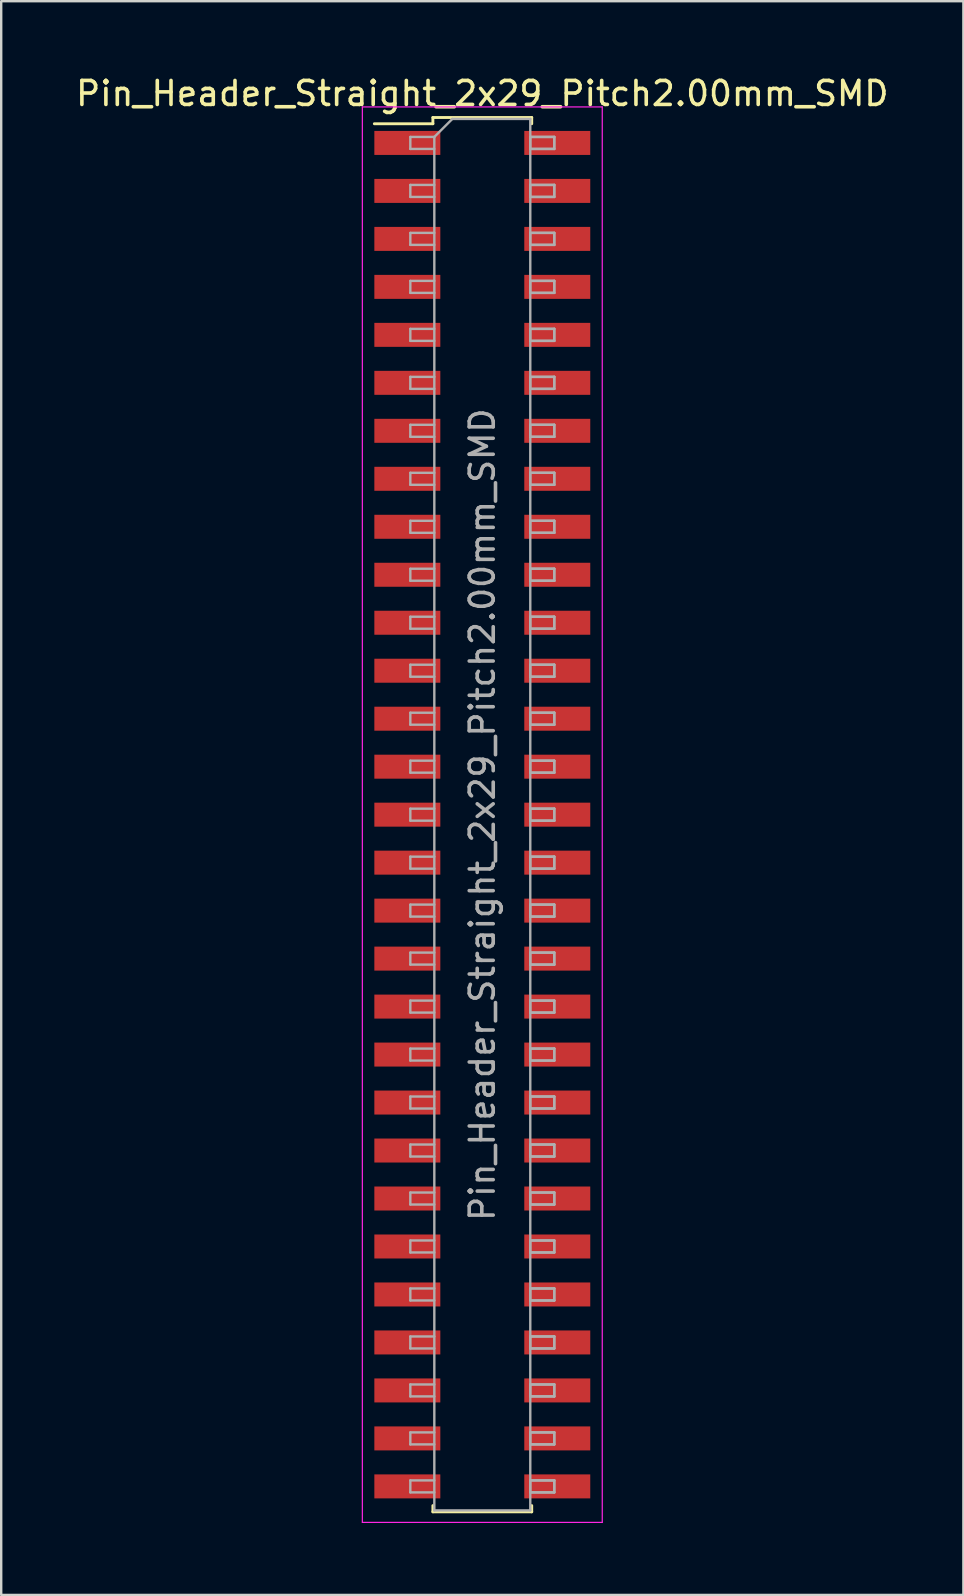
<source format=kicad_pcb>
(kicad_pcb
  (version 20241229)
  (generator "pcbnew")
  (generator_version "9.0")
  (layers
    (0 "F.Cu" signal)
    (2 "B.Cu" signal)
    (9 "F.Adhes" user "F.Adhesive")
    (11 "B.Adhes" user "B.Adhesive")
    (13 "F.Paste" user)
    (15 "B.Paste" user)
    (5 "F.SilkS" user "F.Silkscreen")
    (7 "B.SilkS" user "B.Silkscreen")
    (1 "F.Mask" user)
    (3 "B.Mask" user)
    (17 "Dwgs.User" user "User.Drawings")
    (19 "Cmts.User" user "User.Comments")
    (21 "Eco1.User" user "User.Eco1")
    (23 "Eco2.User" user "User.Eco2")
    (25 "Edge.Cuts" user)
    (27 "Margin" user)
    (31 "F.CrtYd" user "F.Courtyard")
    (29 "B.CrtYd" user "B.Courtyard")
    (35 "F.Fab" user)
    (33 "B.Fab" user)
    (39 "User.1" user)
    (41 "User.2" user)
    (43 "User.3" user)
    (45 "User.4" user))
  (footprint "Pin_Header_Straight_2x29_Pitch2.00mm_SMD"
    (layer "F.Cu")
    (at 17.054 30.908)
    (property "Reference" "Pin_Header_Straight_2x29_Pitch2.00mm_SMD" (at 0 -30.06 0) (layer "F.SilkS") (effects (font (size 1 1) (thickness 0.15))))
    (attr smd)
    (fp_line (start -4.5 -28.8) (end -2.06 -28.8) (stroke (width 0.12) (type solid)) (layer "F.SilkS"))
    (fp_line (start -2.06 -29.06) (end 2.06 -29.06) (stroke (width 0.12) (type solid)) (layer "F.SilkS"))
    (fp_line (start -2.06 -28.8) (end -2.06 -29.06) (stroke (width 0.12) (type solid)) (layer "F.SilkS"))
    (fp_line (start -2.06 28.8) (end -2.06 29.06) (stroke (width 0.12) (type solid)) (layer "F.SilkS"))
    (fp_line (start -2.06 29.06) (end 2.06 29.06) (stroke (width 0.12) (type solid)) (layer "F.SilkS"))
    (fp_line (start 2.06 -29.06) (end 2.06 -28.8) (stroke (width 0.12) (type solid)) (layer "F.SilkS"))
    (fp_line (start 2.06 29.06) (end 2.06 28.8) (stroke (width 0.12) (type solid)) (layer "F.SilkS"))
    (fp_line (start -5 -29.5) (end -5 29.5) (stroke (width 0.05) (type solid)) (layer "F.CrtYd"))
    (fp_line (start -5 29.5) (end 5 29.5) (stroke (width 0.05) (type solid)) (layer "F.CrtYd"))
    (fp_line (start 5 -29.5) (end -5 -29.5) (stroke (width 0.05) (type solid)) (layer "F.CrtYd"))
    (fp_line (start 5 29.5) (end 5 -29.5) (stroke (width 0.05) (type solid)) (layer "F.CrtYd"))
    (fp_line (start -3 -28.25) (end -3 -27.75) (stroke (width 0.1) (type solid)) (layer "F.Fab"))
    (fp_line (start -3 -27.75) (end -2 -27.75) (stroke (width 0.1) (type solid)) (layer "F.Fab"))
    (fp_line (start -3 -26.25) (end -3 -25.75) (stroke (width 0.1) (type solid)) (layer "F.Fab"))
    (fp_line (start -3 -25.75) (end -2 -25.75) (stroke (width 0.1) (type solid)) (layer "F.Fab"))
    (fp_line (start -3 -24.25) (end -3 -23.75) (stroke (width 0.1) (type solid)) (layer "F.Fab"))
    (fp_line (start -3 -23.75) (end -2 -23.75) (stroke (width 0.1) (type solid)) (layer "F.Fab"))
    (fp_line (start -3 -22.25) (end -3 -21.75) (stroke (width 0.1) (type solid)) (layer "F.Fab"))
    (fp_line (start -3 -21.75) (end -2 -21.75) (stroke (width 0.1) (type solid)) (layer "F.Fab"))
    (fp_line (start -3 -20.25) (end -3 -19.75) (stroke (width 0.1) (type solid)) (layer "F.Fab"))
    (fp_line (start -3 -19.75) (end -2 -19.75) (stroke (width 0.1) (type solid)) (layer "F.Fab"))
    (fp_line (start -3 -18.25) (end -3 -17.75) (stroke (width 0.1) (type solid)) (layer "F.Fab"))
    (fp_line (start -3 -17.75) (end -2 -17.75) (stroke (width 0.1) (type solid)) (layer "F.Fab"))
    (fp_line (start -3 -16.25) (end -3 -15.75) (stroke (width 0.1) (type solid)) (layer "F.Fab"))
    (fp_line (start -3 -15.75) (end -2 -15.75) (stroke (width 0.1) (type solid)) (layer "F.Fab"))
    (fp_line (start -3 -14.25) (end -3 -13.75) (stroke (width 0.1) (type solid)) (layer "F.Fab"))
    (fp_line (start -3 -13.75) (end -2 -13.75) (stroke (width 0.1) (type solid)) (layer "F.Fab"))
    (fp_line (start -3 -12.25) (end -3 -11.75) (stroke (width 0.1) (type solid)) (layer "F.Fab"))
    (fp_line (start -3 -11.75) (end -2 -11.75) (stroke (width 0.1) (type solid)) (layer "F.Fab"))
    (fp_line (start -3 -10.25) (end -3 -9.75) (stroke (width 0.1) (type solid)) (layer "F.Fab"))
    (fp_line (start -3 -9.75) (end -2 -9.75) (stroke (width 0.1) (type solid)) (layer "F.Fab"))
    (fp_line (start -3 -8.25) (end -3 -7.75) (stroke (width 0.1) (type solid)) (layer "F.Fab"))
    (fp_line (start -3 -7.75) (end -2 -7.75) (stroke (width 0.1) (type solid)) (layer "F.Fab"))
    (fp_line (start -3 -6.25) (end -3 -5.75) (stroke (width 0.1) (type solid)) (layer "F.Fab"))
    (fp_line (start -3 -5.75) (end -2 -5.75) (stroke (width 0.1) (type solid)) (layer "F.Fab"))
    (fp_line (start -3 -4.25) (end -3 -3.75) (stroke (width 0.1) (type solid)) (layer "F.Fab"))
    (fp_line (start -3 -3.75) (end -2 -3.75) (stroke (width 0.1) (type solid)) (layer "F.Fab"))
    (fp_line (start -3 -2.25) (end -3 -1.75) (stroke (width 0.1) (type solid)) (layer "F.Fab"))
    (fp_line (start -3 -1.75) (end -2 -1.75) (stroke (width 0.1) (type solid)) (layer "F.Fab"))
    (fp_line (start -3 -0.25) (end -3 0.25) (stroke (width 0.1) (type solid)) (layer "F.Fab"))
    (fp_line (start -3 0.25) (end -2 0.25) (stroke (width 0.1) (type solid)) (layer "F.Fab"))
    (fp_line (start -3 1.75) (end -3 2.25) (stroke (width 0.1) (type solid)) (layer "F.Fab"))
    (fp_line (start -3 2.25) (end -2 2.25) (stroke (width 0.1) (type solid)) (layer "F.Fab"))
    (fp_line (start -3 3.75) (end -3 4.25) (stroke (width 0.1) (type solid)) (layer "F.Fab"))
    (fp_line (start -3 4.25) (end -2 4.25) (stroke (width 0.1) (type solid)) (layer "F.Fab"))
    (fp_line (start -3 5.75) (end -3 6.25) (stroke (width 0.1) (type solid)) (layer "F.Fab"))
    (fp_line (start -3 6.25) (end -2 6.25) (stroke (width 0.1) (type solid)) (layer "F.Fab"))
    (fp_line (start -3 7.75) (end -3 8.25) (stroke (width 0.1) (type solid)) (layer "F.Fab"))
    (fp_line (start -3 8.25) (end -2 8.25) (stroke (width 0.1) (type solid)) (layer "F.Fab"))
    (fp_line (start -3 9.75) (end -3 10.25) (stroke (width 0.1) (type solid)) (layer "F.Fab"))
    (fp_line (start -3 10.25) (end -2 10.25) (stroke (width 0.1) (type solid)) (layer "F.Fab"))
    (fp_line (start -3 11.75) (end -3 12.25) (stroke (width 0.1) (type solid)) (layer "F.Fab"))
    (fp_line (start -3 12.25) (end -2 12.25) (stroke (width 0.1) (type solid)) (layer "F.Fab"))
    (fp_line (start -3 13.75) (end -3 14.25) (stroke (width 0.1) (type solid)) (layer "F.Fab"))
    (fp_line (start -3 14.25) (end -2 14.25) (stroke (width 0.1) (type solid)) (layer "F.Fab"))
    (fp_line (start -3 15.75) (end -3 16.25) (stroke (width 0.1) (type solid)) (layer "F.Fab"))
    (fp_line (start -3 16.25) (end -2 16.25) (stroke (width 0.1) (type solid)) (layer "F.Fab"))
    (fp_line (start -3 17.75) (end -3 18.25) (stroke (width 0.1) (type solid)) (layer "F.Fab"))
    (fp_line (start -3 18.25) (end -2 18.25) (stroke (width 0.1) (type solid)) (layer "F.Fab"))
    (fp_line (start -3 19.75) (end -3 20.25) (stroke (width 0.1) (type solid)) (layer "F.Fab"))
    (fp_line (start -3 20.25) (end -2 20.25) (stroke (width 0.1) (type solid)) (layer "F.Fab"))
    (fp_line (start -3 21.75) (end -3 22.25) (stroke (width 0.1) (type solid)) (layer "F.Fab"))
    (fp_line (start -3 22.25) (end -2 22.25) (stroke (width 0.1) (type solid)) (layer "F.Fab"))
    (fp_line (start -3 23.75) (end -3 24.25) (stroke (width 0.1) (type solid)) (layer "F.Fab"))
    (fp_line (start -3 24.25) (end -2 24.25) (stroke (width 0.1) (type solid)) (layer "F.Fab"))
    (fp_line (start -3 25.75) (end -3 26.25) (stroke (width 0.1) (type solid)) (layer "F.Fab"))
    (fp_line (start -3 26.25) (end -2 26.25) (stroke (width 0.1) (type solid)) (layer "F.Fab"))
    (fp_line (start -3 27.75) (end -3 28.25) (stroke (width 0.1) (type solid)) (layer "F.Fab"))
    (fp_line (start -3 28.25) (end -2 28.25) (stroke (width 0.1) (type solid)) (layer "F.Fab"))
    (fp_line (start -2 -28.25) (end -3 -28.25) (stroke (width 0.1) (type solid)) (layer "F.Fab"))
    (fp_line (start -2 -28.25) (end -1.25 -29) (stroke (width 0.1) (type solid)) (layer "F.Fab"))
    (fp_line (start -2 -26.25) (end -3 -26.25) (stroke (width 0.1) (type solid)) (layer "F.Fab"))
    (fp_line (start -2 -24.25) (end -3 -24.25) (stroke (width 0.1) (type solid)) (layer "F.Fab"))
    (fp_line (start -2 -22.25) (end -3 -22.25) (stroke (width 0.1) (type solid)) (layer "F.Fab"))
    (fp_line (start -2 -20.25) (end -3 -20.25) (stroke (width 0.1) (type solid)) (layer "F.Fab"))
    (fp_line (start -2 -18.25) (end -3 -18.25) (stroke (width 0.1) (type solid)) (layer "F.Fab"))
    (fp_line (start -2 -16.25) (end -3 -16.25) (stroke (width 0.1) (type solid)) (layer "F.Fab"))
    (fp_line (start -2 -14.25) (end -3 -14.25) (stroke (width 0.1) (type solid)) (layer "F.Fab"))
    (fp_line (start -2 -12.25) (end -3 -12.25) (stroke (width 0.1) (type solid)) (layer "F.Fab"))
    (fp_line (start -2 -10.25) (end -3 -10.25) (stroke (width 0.1) (type solid)) (layer "F.Fab"))
    (fp_line (start -2 -8.25) (end -3 -8.25) (stroke (width 0.1) (type solid)) (layer "F.Fab"))
    (fp_line (start -2 -6.25) (end -3 -6.25) (stroke (width 0.1) (type solid)) (layer "F.Fab"))
    (fp_line (start -2 -4.25) (end -3 -4.25) (stroke (width 0.1) (type solid)) (layer "F.Fab"))
    (fp_line (start -2 -2.25) (end -3 -2.25) (stroke (width 0.1) (type solid)) (layer "F.Fab"))
    (fp_line (start -2 -0.25) (end -3 -0.25) (stroke (width 0.1) (type solid)) (layer "F.Fab"))
    (fp_line (start -2 1.75) (end -3 1.75) (stroke (width 0.1) (type solid)) (layer "F.Fab"))
    (fp_line (start -2 3.75) (end -3 3.75) (stroke (width 0.1) (type solid)) (layer "F.Fab"))
    (fp_line (start -2 5.75) (end -3 5.75) (stroke (width 0.1) (type solid)) (layer "F.Fab"))
    (fp_line (start -2 7.75) (end -3 7.75) (stroke (width 0.1) (type solid)) (layer "F.Fab"))
    (fp_line (start -2 9.75) (end -3 9.75) (stroke (width 0.1) (type solid)) (layer "F.Fab"))
    (fp_line (start -2 11.75) (end -3 11.75) (stroke (width 0.1) (type solid)) (layer "F.Fab"))
    (fp_line (start -2 13.75) (end -3 13.75) (stroke (width 0.1) (type solid)) (layer "F.Fab"))
    (fp_line (start -2 15.75) (end -3 15.75) (stroke (width 0.1) (type solid)) (layer "F.Fab"))
    (fp_line (start -2 17.75) (end -3 17.75) (stroke (width 0.1) (type solid)) (layer "F.Fab"))
    (fp_line (start -2 19.75) (end -3 19.75) (stroke (width 0.1) (type solid)) (layer "F.Fab"))
    (fp_line (start -2 21.75) (end -3 21.75) (stroke (width 0.1) (type solid)) (layer "F.Fab"))
    (fp_line (start -2 23.75) (end -3 23.75) (stroke (width 0.1) (type solid)) (layer "F.Fab"))
    (fp_line (start -2 25.75) (end -3 25.75) (stroke (width 0.1) (type solid)) (layer "F.Fab"))
    (fp_line (start -2 27.75) (end -3 27.75) (stroke (width 0.1) (type solid)) (layer "F.Fab"))
    (fp_line (start -2 29) (end -2 -28.25) (stroke (width 0.1) (type solid)) (layer "F.Fab"))
    (fp_line (start -1.25 -29) (end 2 -29) (stroke (width 0.1) (type solid)) (layer "F.Fab"))
    (fp_line (start 2 -29) (end 2 29) (stroke (width 0.1) (type solid)) (layer "F.Fab"))
    (fp_line (start 2 -28.25) (end 2 -27.75) (stroke (width 0.1) (type solid)) (layer "F.Fab"))
    (fp_line (start 2 -28.25) (end 3 -28.25) (stroke (width 0.1) (type solid)) (layer "F.Fab"))
    (fp_line (start 2 -27.75) (end 3 -27.75) (stroke (width 0.1) (type solid)) (layer "F.Fab"))
    (fp_line (start 2 -26.25) (end 2 -25.75) (stroke (width 0.1) (type solid)) (layer "F.Fab"))
    (fp_line (start 2 -26.25) (end 3 -26.25) (stroke (width 0.1) (type solid)) (layer "F.Fab"))
    (fp_line (start 2 -25.75) (end 3 -25.75) (stroke (width 0.1) (type solid)) (layer "F.Fab"))
    (fp_line (start 2 -24.25) (end 2 -23.75) (stroke (width 0.1) (type solid)) (layer "F.Fab"))
    (fp_line (start 2 -24.25) (end 3 -24.25) (stroke (width 0.1) (type solid)) (layer "F.Fab"))
    (fp_line (start 2 -23.75) (end 3 -23.75) (stroke (width 0.1) (type solid)) (layer "F.Fab"))
    (fp_line (start 2 -22.25) (end 2 -21.75) (stroke (width 0.1) (type solid)) (layer "F.Fab"))
    (fp_line (start 2 -22.25) (end 3 -22.25) (stroke (width 0.1) (type solid)) (layer "F.Fab"))
    (fp_line (start 2 -21.75) (end 3 -21.75) (stroke (width 0.1) (type solid)) (layer "F.Fab"))
    (fp_line (start 2 -20.25) (end 2 -19.75) (stroke (width 0.1) (type solid)) (layer "F.Fab"))
    (fp_line (start 2 -20.25) (end 3 -20.25) (stroke (width 0.1) (type solid)) (layer "F.Fab"))
    (fp_line (start 2 -19.75) (end 3 -19.75) (stroke (width 0.1) (type solid)) (layer "F.Fab"))
    (fp_line (start 2 -18.25) (end 2 -17.75) (stroke (width 0.1) (type solid)) (layer "F.Fab"))
    (fp_line (start 2 -18.25) (end 3 -18.25) (stroke (width 0.1) (type solid)) (layer "F.Fab"))
    (fp_line (start 2 -17.75) (end 3 -17.75) (stroke (width 0.1) (type solid)) (layer "F.Fab"))
    (fp_line (start 2 -16.25) (end 2 -15.75) (stroke (width 0.1) (type solid)) (layer "F.Fab"))
    (fp_line (start 2 -16.25) (end 3 -16.25) (stroke (width 0.1) (type solid)) (layer "F.Fab"))
    (fp_line (start 2 -15.75) (end 3 -15.75) (stroke (width 0.1) (type solid)) (layer "F.Fab"))
    (fp_line (start 2 -14.25) (end 2 -13.75) (stroke (width 0.1) (type solid)) (layer "F.Fab"))
    (fp_line (start 2 -14.25) (end 3 -14.25) (stroke (width 0.1) (type solid)) (layer "F.Fab"))
    (fp_line (start 2 -13.75) (end 3 -13.75) (stroke (width 0.1) (type solid)) (layer "F.Fab"))
    (fp_line (start 2 -12.25) (end 2 -11.75) (stroke (width 0.1) (type solid)) (layer "F.Fab"))
    (fp_line (start 2 -12.25) (end 3 -12.25) (stroke (width 0.1) (type solid)) (layer "F.Fab"))
    (fp_line (start 2 -11.75) (end 3 -11.75) (stroke (width 0.1) (type solid)) (layer "F.Fab"))
    (fp_line (start 2 -10.25) (end 2 -9.75) (stroke (width 0.1) (type solid)) (layer "F.Fab"))
    (fp_line (start 2 -10.25) (end 3 -10.25) (stroke (width 0.1) (type solid)) (layer "F.Fab"))
    (fp_line (start 2 -9.75) (end 3 -9.75) (stroke (width 0.1) (type solid)) (layer "F.Fab"))
    (fp_line (start 2 -8.25) (end 2 -7.75) (stroke (width 0.1) (type solid)) (layer "F.Fab"))
    (fp_line (start 2 -8.25) (end 3 -8.25) (stroke (width 0.1) (type solid)) (layer "F.Fab"))
    (fp_line (start 2 -7.75) (end 3 -7.75) (stroke (width 0.1) (type solid)) (layer "F.Fab"))
    (fp_line (start 2 -6.25) (end 2 -5.75) (stroke (width 0.1) (type solid)) (layer "F.Fab"))
    (fp_line (start 2 -6.25) (end 3 -6.25) (stroke (width 0.1) (type solid)) (layer "F.Fab"))
    (fp_line (start 2 -5.75) (end 3 -5.75) (stroke (width 0.1) (type solid)) (layer "F.Fab"))
    (fp_line (start 2 -4.25) (end 2 -3.75) (stroke (width 0.1) (type solid)) (layer "F.Fab"))
    (fp_line (start 2 -4.25) (end 3 -4.25) (stroke (width 0.1) (type solid)) (layer "F.Fab"))
    (fp_line (start 2 -3.75) (end 3 -3.75) (stroke (width 0.1) (type solid)) (layer "F.Fab"))
    (fp_line (start 2 -2.25) (end 2 -1.75) (stroke (width 0.1) (type solid)) (layer "F.Fab"))
    (fp_line (start 2 -2.25) (end 3 -2.25) (stroke (width 0.1) (type solid)) (layer "F.Fab"))
    (fp_line (start 2 -1.75) (end 3 -1.75) (stroke (width 0.1) (type solid)) (layer "F.Fab"))
    (fp_line (start 2 -0.25) (end 2 0.25) (stroke (width 0.1) (type solid)) (layer "F.Fab"))
    (fp_line (start 2 -0.25) (end 3 -0.25) (stroke (width 0.1) (type solid)) (layer "F.Fab"))
    (fp_line (start 2 0.25) (end 3 0.25) (stroke (width 0.1) (type solid)) (layer "F.Fab"))
    (fp_line (start 2 1.75) (end 2 2.25) (stroke (width 0.1) (type solid)) (layer "F.Fab"))
    (fp_line (start 2 1.75) (end 3 1.75) (stroke (width 0.1) (type solid)) (layer "F.Fab"))
    (fp_line (start 2 2.25) (end 3 2.25) (stroke (width 0.1) (type solid)) (layer "F.Fab"))
    (fp_line (start 2 3.75) (end 2 4.25) (stroke (width 0.1) (type solid)) (layer "F.Fab"))
    (fp_line (start 2 3.75) (end 3 3.75) (stroke (width 0.1) (type solid)) (layer "F.Fab"))
    (fp_line (start 2 4.25) (end 3 4.25) (stroke (width 0.1) (type solid)) (layer "F.Fab"))
    (fp_line (start 2 5.75) (end 2 6.25) (stroke (width 0.1) (type solid)) (layer "F.Fab"))
    (fp_line (start 2 5.75) (end 3 5.75) (stroke (width 0.1) (type solid)) (layer "F.Fab"))
    (fp_line (start 2 6.25) (end 3 6.25) (stroke (width 0.1) (type solid)) (layer "F.Fab"))
    (fp_line (start 2 7.75) (end 2 8.25) (stroke (width 0.1) (type solid)) (layer "F.Fab"))
    (fp_line (start 2 7.75) (end 3 7.75) (stroke (width 0.1) (type solid)) (layer "F.Fab"))
    (fp_line (start 2 8.25) (end 3 8.25) (stroke (width 0.1) (type solid)) (layer "F.Fab"))
    (fp_line (start 2 9.75) (end 2 10.25) (stroke (width 0.1) (type solid)) (layer "F.Fab"))
    (fp_line (start 2 9.75) (end 3 9.75) (stroke (width 0.1) (type solid)) (layer "F.Fab"))
    (fp_line (start 2 10.25) (end 3 10.25) (stroke (width 0.1) (type solid)) (layer "F.Fab"))
    (fp_line (start 2 11.75) (end 2 12.25) (stroke (width 0.1) (type solid)) (layer "F.Fab"))
    (fp_line (start 2 11.75) (end 3 11.75) (stroke (width 0.1) (type solid)) (layer "F.Fab"))
    (fp_line (start 2 12.25) (end 3 12.25) (stroke (width 0.1) (type solid)) (layer "F.Fab"))
    (fp_line (start 2 13.75) (end 2 14.25) (stroke (width 0.1) (type solid)) (layer "F.Fab"))
    (fp_line (start 2 13.75) (end 3 13.75) (stroke (width 0.1) (type solid)) (layer "F.Fab"))
    (fp_line (start 2 14.25) (end 3 14.25) (stroke (width 0.1) (type solid)) (layer "F.Fab"))
    (fp_line (start 2 15.75) (end 2 16.25) (stroke (width 0.1) (type solid)) (layer "F.Fab"))
    (fp_line (start 2 15.75) (end 3 15.75) (stroke (width 0.1) (type solid)) (layer "F.Fab"))
    (fp_line (start 2 16.25) (end 3 16.25) (stroke (width 0.1) (type solid)) (layer "F.Fab"))
    (fp_line (start 2 17.75) (end 2 18.25) (stroke (width 0.1) (type solid)) (layer "F.Fab"))
    (fp_line (start 2 17.75) (end 3 17.75) (stroke (width 0.1) (type solid)) (layer "F.Fab"))
    (fp_line (start 2 18.25) (end 3 18.25) (stroke (width 0.1) (type solid)) (layer "F.Fab"))
    (fp_line (start 2 19.75) (end 2 20.25) (stroke (width 0.1) (type solid)) (layer "F.Fab"))
    (fp_line (start 2 19.75) (end 3 19.75) (stroke (width 0.1) (type solid)) (layer "F.Fab"))
    (fp_line (start 2 20.25) (end 3 20.25) (stroke (width 0.1) (type solid)) (layer "F.Fab"))
    (fp_line (start 2 21.75) (end 2 22.25) (stroke (width 0.1) (type solid)) (layer "F.Fab"))
    (fp_line (start 2 21.75) (end 3 21.75) (stroke (width 0.1) (type solid)) (layer "F.Fab"))
    (fp_line (start 2 22.25) (end 3 22.25) (stroke (width 0.1) (type solid)) (layer "F.Fab"))
    (fp_line (start 2 23.75) (end 2 24.25) (stroke (width 0.1) (type solid)) (layer "F.Fab"))
    (fp_line (start 2 23.75) (end 3 23.75) (stroke (width 0.1) (type solid)) (layer "F.Fab"))
    (fp_line (start 2 24.25) (end 3 24.25) (stroke (width 0.1) (type solid)) (layer "F.Fab"))
    (fp_line (start 2 25.75) (end 2 26.25) (stroke (width 0.1) (type solid)) (layer "F.Fab"))
    (fp_line (start 2 25.75) (end 3 25.75) (stroke (width 0.1) (type solid)) (layer "F.Fab"))
    (fp_line (start 2 26.25) (end 3 26.25) (stroke (width 0.1) (type solid)) (layer "F.Fab"))
    (fp_line (start 2 27.75) (end 2 28.25) (stroke (width 0.1) (type solid)) (layer "F.Fab"))
    (fp_line (start 2 27.75) (end 3 27.75) (stroke (width 0.1) (type solid)) (layer "F.Fab"))
    (fp_line (start 2 28.25) (end 3 28.25) (stroke (width 0.1) (type solid)) (layer "F.Fab"))
    (fp_line (start 2 29) (end -2 29) (stroke (width 0.1) (type solid)) (layer "F.Fab"))
    (fp_line (start 3 -28.25) (end 2 -28.25) (stroke (width 0.1) (type solid)) (layer "F.Fab"))
    (fp_line (start 3 -28.25) (end 3 -27.75) (stroke (width 0.1) (type solid)) (layer "F.Fab"))
    (fp_line (start 3 -27.75) (end 2 -27.75) (stroke (width 0.1) (type solid)) (layer "F.Fab"))
    (fp_line (start 3 -27.75) (end 3 -28.25) (stroke (width 0.1) (type solid)) (layer "F.Fab"))
    (fp_line (start 3 -26.25) (end 2 -26.25) (stroke (width 0.1) (type solid)) (layer "F.Fab"))
    (fp_line (start 3 -26.25) (end 3 -25.75) (stroke (width 0.1) (type solid)) (layer "F.Fab"))
    (fp_line (start 3 -25.75) (end 2 -25.75) (stroke (width 0.1) (type solid)) (layer "F.Fab"))
    (fp_line (start 3 -25.75) (end 3 -26.25) (stroke (width 0.1) (type solid)) (layer "F.Fab"))
    (fp_line (start 3 -24.25) (end 2 -24.25) (stroke (width 0.1) (type solid)) (layer "F.Fab"))
    (fp_line (start 3 -24.25) (end 3 -23.75) (stroke (width 0.1) (type solid)) (layer "F.Fab"))
    (fp_line (start 3 -23.75) (end 2 -23.75) (stroke (width 0.1) (type solid)) (layer "F.Fab"))
    (fp_line (start 3 -23.75) (end 3 -24.25) (stroke (width 0.1) (type solid)) (layer "F.Fab"))
    (fp_line (start 3 -22.25) (end 2 -22.25) (stroke (width 0.1) (type solid)) (layer "F.Fab"))
    (fp_line (start 3 -22.25) (end 3 -21.75) (stroke (width 0.1) (type solid)) (layer "F.Fab"))
    (fp_line (start 3 -21.75) (end 2 -21.75) (stroke (width 0.1) (type solid)) (layer "F.Fab"))
    (fp_line (start 3 -21.75) (end 3 -22.25) (stroke (width 0.1) (type solid)) (layer "F.Fab"))
    (fp_line (start 3 -20.25) (end 2 -20.25) (stroke (width 0.1) (type solid)) (layer "F.Fab"))
    (fp_line (start 3 -20.25) (end 3 -19.75) (stroke (width 0.1) (type solid)) (layer "F.Fab"))
    (fp_line (start 3 -19.75) (end 2 -19.75) (stroke (width 0.1) (type solid)) (layer "F.Fab"))
    (fp_line (start 3 -19.75) (end 3 -20.25) (stroke (width 0.1) (type solid)) (layer "F.Fab"))
    (fp_line (start 3 -18.25) (end 2 -18.25) (stroke (width 0.1) (type solid)) (layer "F.Fab"))
    (fp_line (start 3 -18.25) (end 3 -17.75) (stroke (width 0.1) (type solid)) (layer "F.Fab"))
    (fp_line (start 3 -17.75) (end 2 -17.75) (stroke (width 0.1) (type solid)) (layer "F.Fab"))
    (fp_line (start 3 -17.75) (end 3 -18.25) (stroke (width 0.1) (type solid)) (layer "F.Fab"))
    (fp_line (start 3 -16.25) (end 2 -16.25) (stroke (width 0.1) (type solid)) (layer "F.Fab"))
    (fp_line (start 3 -16.25) (end 3 -15.75) (stroke (width 0.1) (type solid)) (layer "F.Fab"))
    (fp_line (start 3 -15.75) (end 2 -15.75) (stroke (width 0.1) (type solid)) (layer "F.Fab"))
    (fp_line (start 3 -15.75) (end 3 -16.25) (stroke (width 0.1) (type solid)) (layer "F.Fab"))
    (fp_line (start 3 -14.25) (end 2 -14.25) (stroke (width 0.1) (type solid)) (layer "F.Fab"))
    (fp_line (start 3 -14.25) (end 3 -13.75) (stroke (width 0.1) (type solid)) (layer "F.Fab"))
    (fp_line (start 3 -13.75) (end 2 -13.75) (stroke (width 0.1) (type solid)) (layer "F.Fab"))
    (fp_line (start 3 -13.75) (end 3 -14.25) (stroke (width 0.1) (type solid)) (layer "F.Fab"))
    (fp_line (start 3 -12.25) (end 2 -12.25) (stroke (width 0.1) (type solid)) (layer "F.Fab"))
    (fp_line (start 3 -12.25) (end 3 -11.75) (stroke (width 0.1) (type solid)) (layer "F.Fab"))
    (fp_line (start 3 -11.75) (end 2 -11.75) (stroke (width 0.1) (type solid)) (layer "F.Fab"))
    (fp_line (start 3 -11.75) (end 3 -12.25) (stroke (width 0.1) (type solid)) (layer "F.Fab"))
    (fp_line (start 3 -10.25) (end 2 -10.25) (stroke (width 0.1) (type solid)) (layer "F.Fab"))
    (fp_line (start 3 -10.25) (end 3 -9.75) (stroke (width 0.1) (type solid)) (layer "F.Fab"))
    (fp_line (start 3 -9.75) (end 2 -9.75) (stroke (width 0.1) (type solid)) (layer "F.Fab"))
    (fp_line (start 3 -9.75) (end 3 -10.25) (stroke (width 0.1) (type solid)) (layer "F.Fab"))
    (fp_line (start 3 -8.25) (end 2 -8.25) (stroke (width 0.1) (type solid)) (layer "F.Fab"))
    (fp_line (start 3 -8.25) (end 3 -7.75) (stroke (width 0.1) (type solid)) (layer "F.Fab"))
    (fp_line (start 3 -7.75) (end 2 -7.75) (stroke (width 0.1) (type solid)) (layer "F.Fab"))
    (fp_line (start 3 -7.75) (end 3 -8.25) (stroke (width 0.1) (type solid)) (layer "F.Fab"))
    (fp_line (start 3 -6.25) (end 2 -6.25) (stroke (width 0.1) (type solid)) (layer "F.Fab"))
    (fp_line (start 3 -6.25) (end 3 -5.75) (stroke (width 0.1) (type solid)) (layer "F.Fab"))
    (fp_line (start 3 -5.75) (end 2 -5.75) (stroke (width 0.1) (type solid)) (layer "F.Fab"))
    (fp_line (start 3 -5.75) (end 3 -6.25) (stroke (width 0.1) (type solid)) (layer "F.Fab"))
    (fp_line (start 3 -4.25) (end 2 -4.25) (stroke (width 0.1) (type solid)) (layer "F.Fab"))
    (fp_line (start 3 -4.25) (end 3 -3.75) (stroke (width 0.1) (type solid)) (layer "F.Fab"))
    (fp_line (start 3 -3.75) (end 2 -3.75) (stroke (width 0.1) (type solid)) (layer "F.Fab"))
    (fp_line (start 3 -3.75) (end 3 -4.25) (stroke (width 0.1) (type solid)) (layer "F.Fab"))
    (fp_line (start 3 -2.25) (end 2 -2.25) (stroke (width 0.1) (type solid)) (layer "F.Fab"))
    (fp_line (start 3 -2.25) (end 3 -1.75) (stroke (width 0.1) (type solid)) (layer "F.Fab"))
    (fp_line (start 3 -1.75) (end 2 -1.75) (stroke (width 0.1) (type solid)) (layer "F.Fab"))
    (fp_line (start 3 -1.75) (end 3 -2.25) (stroke (width 0.1) (type solid)) (layer "F.Fab"))
    (fp_line (start 3 -0.25) (end 2 -0.25) (stroke (width 0.1) (type solid)) (layer "F.Fab"))
    (fp_line (start 3 -0.25) (end 3 0.25) (stroke (width 0.1) (type solid)) (layer "F.Fab"))
    (fp_line (start 3 0.25) (end 2 0.25) (stroke (width 0.1) (type solid)) (layer "F.Fab"))
    (fp_line (start 3 0.25) (end 3 -0.25) (stroke (width 0.1) (type solid)) (layer "F.Fab"))
    (fp_line (start 3 1.75) (end 2 1.75) (stroke (width 0.1) (type solid)) (layer "F.Fab"))
    (fp_line (start 3 1.75) (end 3 2.25) (stroke (width 0.1) (type solid)) (layer "F.Fab"))
    (fp_line (start 3 2.25) (end 2 2.25) (stroke (width 0.1) (type solid)) (layer "F.Fab"))
    (fp_line (start 3 2.25) (end 3 1.75) (stroke (width 0.1) (type solid)) (layer "F.Fab"))
    (fp_line (start 3 3.75) (end 2 3.75) (stroke (width 0.1) (type solid)) (layer "F.Fab"))
    (fp_line (start 3 3.75) (end 3 4.25) (stroke (width 0.1) (type solid)) (layer "F.Fab"))
    (fp_line (start 3 4.25) (end 2 4.25) (stroke (width 0.1) (type solid)) (layer "F.Fab"))
    (fp_line (start 3 4.25) (end 3 3.75) (stroke (width 0.1) (type solid)) (layer "F.Fab"))
    (fp_line (start 3 5.75) (end 2 5.75) (stroke (width 0.1) (type solid)) (layer "F.Fab"))
    (fp_line (start 3 5.75) (end 3 6.25) (stroke (width 0.1) (type solid)) (layer "F.Fab"))
    (fp_line (start 3 6.25) (end 2 6.25) (stroke (width 0.1) (type solid)) (layer "F.Fab"))
    (fp_line (start 3 6.25) (end 3 5.75) (stroke (width 0.1) (type solid)) (layer "F.Fab"))
    (fp_line (start 3 7.75) (end 2 7.75) (stroke (width 0.1) (type solid)) (layer "F.Fab"))
    (fp_line (start 3 7.75) (end 3 8.25) (stroke (width 0.1) (type solid)) (layer "F.Fab"))
    (fp_line (start 3 8.25) (end 2 8.25) (stroke (width 0.1) (type solid)) (layer "F.Fab"))
    (fp_line (start 3 8.25) (end 3 7.75) (stroke (width 0.1) (type solid)) (layer "F.Fab"))
    (fp_line (start 3 9.75) (end 2 9.75) (stroke (width 0.1) (type solid)) (layer "F.Fab"))
    (fp_line (start 3 9.75) (end 3 10.25) (stroke (width 0.1) (type solid)) (layer "F.Fab"))
    (fp_line (start 3 10.25) (end 2 10.25) (stroke (width 0.1) (type solid)) (layer "F.Fab"))
    (fp_line (start 3 10.25) (end 3 9.75) (stroke (width 0.1) (type solid)) (layer "F.Fab"))
    (fp_line (start 3 11.75) (end 2 11.75) (stroke (width 0.1) (type solid)) (layer "F.Fab"))
    (fp_line (start 3 11.75) (end 3 12.25) (stroke (width 0.1) (type solid)) (layer "F.Fab"))
    (fp_line (start 3 12.25) (end 2 12.25) (stroke (width 0.1) (type solid)) (layer "F.Fab"))
    (fp_line (start 3 12.25) (end 3 11.75) (stroke (width 0.1) (type solid)) (layer "F.Fab"))
    (fp_line (start 3 13.75) (end 2 13.75) (stroke (width 0.1) (type solid)) (layer "F.Fab"))
    (fp_line (start 3 13.75) (end 3 14.25) (stroke (width 0.1) (type solid)) (layer "F.Fab"))
    (fp_line (start 3 14.25) (end 2 14.25) (stroke (width 0.1) (type solid)) (layer "F.Fab"))
    (fp_line (start 3 14.25) (end 3 13.75) (stroke (width 0.1) (type solid)) (layer "F.Fab"))
    (fp_line (start 3 15.75) (end 2 15.75) (stroke (width 0.1) (type solid)) (layer "F.Fab"))
    (fp_line (start 3 15.75) (end 3 16.25) (stroke (width 0.1) (type solid)) (layer "F.Fab"))
    (fp_line (start 3 16.25) (end 2 16.25) (stroke (width 0.1) (type solid)) (layer "F.Fab"))
    (fp_line (start 3 16.25) (end 3 15.75) (stroke (width 0.1) (type solid)) (layer "F.Fab"))
    (fp_line (start 3 17.75) (end 2 17.75) (stroke (width 0.1) (type solid)) (layer "F.Fab"))
    (fp_line (start 3 17.75) (end 3 18.25) (stroke (width 0.1) (type solid)) (layer "F.Fab"))
    (fp_line (start 3 18.25) (end 2 18.25) (stroke (width 0.1) (type solid)) (layer "F.Fab"))
    (fp_line (start 3 18.25) (end 3 17.75) (stroke (width 0.1) (type solid)) (layer "F.Fab"))
    (fp_line (start 3 19.75) (end 2 19.75) (stroke (width 0.1) (type solid)) (layer "F.Fab"))
    (fp_line (start 3 19.75) (end 3 20.25) (stroke (width 0.1) (type solid)) (layer "F.Fab"))
    (fp_line (start 3 20.25) (end 2 20.25) (stroke (width 0.1) (type solid)) (layer "F.Fab"))
    (fp_line (start 3 20.25) (end 3 19.75) (stroke (width 0.1) (type solid)) (layer "F.Fab"))
    (fp_line (start 3 21.75) (end 2 21.75) (stroke (width 0.1) (type solid)) (layer "F.Fab"))
    (fp_line (start 3 21.75) (end 3 22.25) (stroke (width 0.1) (type solid)) (layer "F.Fab"))
    (fp_line (start 3 22.25) (end 2 22.25) (stroke (width 0.1) (type solid)) (layer "F.Fab"))
    (fp_line (start 3 22.25) (end 3 21.75) (stroke (width 0.1) (type solid)) (layer "F.Fab"))
    (fp_line (start 3 23.75) (end 2 23.75) (stroke (width 0.1) (type solid)) (layer "F.Fab"))
    (fp_line (start 3 23.75) (end 3 24.25) (stroke (width 0.1) (type solid)) (layer "F.Fab"))
    (fp_line (start 3 24.25) (end 2 24.25) (stroke (width 0.1) (type solid)) (layer "F.Fab"))
    (fp_line (start 3 24.25) (end 3 23.75) (stroke (width 0.1) (type solid)) (layer "F.Fab"))
    (fp_line (start 3 25.75) (end 2 25.75) (stroke (width 0.1) (type solid)) (layer "F.Fab"))
    (fp_line (start 3 25.75) (end 3 26.25) (stroke (width 0.1) (type solid)) (layer "F.Fab"))
    (fp_line (start 3 26.25) (end 2 26.25) (stroke (width 0.1) (type solid)) (layer "F.Fab"))
    (fp_line (start 3 26.25) (end 3 25.75) (stroke (width 0.1) (type solid)) (layer "F.Fab"))
    (fp_line (start 3 27.75) (end 2 27.75) (stroke (width 0.1) (type solid)) (layer "F.Fab"))
    (fp_line (start 3 27.75) (end 3 28.25) (stroke (width 0.1) (type solid)) (layer "F.Fab"))
    (fp_line (start 3 28.25) (end 2 28.25) (stroke (width 0.1) (type solid)) (layer "F.Fab"))
    (fp_line (start 3 28.25) (end 3 27.75) (stroke (width 0.1) (type solid)) (layer "F.Fab"))
    (fp_text user "${REFERENCE}" (at 0 0 90) (layer "F.Fab") (effects (font (size 1 1) (thickness 0.15))))
    (pad "1" smd rect (at -3.125 -28) (size 2.75 1) (layers "F.Cu" "F.Mask"))
    (pad "2" smd rect (at 3.125 -28) (size 2.75 1) (layers "F.Cu" "F.Mask"))
    (pad "3" smd rect (at -3.125 -26) (size 2.75 1) (layers "F.Cu" "F.Mask"))
    (pad "4" smd rect (at 3.125 -26) (size 2.75 1) (layers "F.Cu" "F.Mask"))
    (pad "5" smd rect (at -3.125 -24) (size 2.75 1) (layers "F.Cu" "F.Mask"))
    (pad "6" smd rect (at 3.125 -24) (size 2.75 1) (layers "F.Cu" "F.Mask"))
    (pad "7" smd rect (at -3.125 -22) (size 2.75 1) (layers "F.Cu" "F.Mask"))
    (pad "8" smd rect (at 3.125 -22) (size 2.75 1) (layers "F.Cu" "F.Mask"))
    (pad "9" smd rect (at -3.125 -20) (size 2.75 1) (layers "F.Cu" "F.Mask"))
    (pad "10" smd rect (at 3.125 -20) (size 2.75 1) (layers "F.Cu" "F.Mask"))
    (pad "11" smd rect (at -3.125 -18) (size 2.75 1) (layers "F.Cu" "F.Mask"))
    (pad "12" smd rect (at 3.125 -18) (size 2.75 1) (layers "F.Cu" "F.Mask"))
    (pad "13" smd rect (at -3.125 -16) (size 2.75 1) (layers "F.Cu" "F.Mask"))
    (pad "14" smd rect (at 3.125 -16) (size 2.75 1) (layers "F.Cu" "F.Mask"))
    (pad "15" smd rect (at -3.125 -14) (size 2.75 1) (layers "F.Cu" "F.Mask"))
    (pad "16" smd rect (at 3.125 -14) (size 2.75 1) (layers "F.Cu" "F.Mask"))
    (pad "17" smd rect (at -3.125 -12) (size 2.75 1) (layers "F.Cu" "F.Mask"))
    (pad "18" smd rect (at 3.125 -12) (size 2.75 1) (layers "F.Cu" "F.Mask"))
    (pad "19" smd rect (at -3.125 -10) (size 2.75 1) (layers "F.Cu" "F.Mask"))
    (pad "20" smd rect (at 3.125 -10) (size 2.75 1) (layers "F.Cu" "F.Mask"))
    (pad "21" smd rect (at -3.125 -8) (size 2.75 1) (layers "F.Cu" "F.Mask"))
    (pad "22" smd rect (at 3.125 -8) (size 2.75 1) (layers "F.Cu" "F.Mask"))
    (pad "23" smd rect (at -3.125 -6) (size 2.75 1) (layers "F.Cu" "F.Mask"))
    (pad "24" smd rect (at 3.125 -6) (size 2.75 1) (layers "F.Cu" "F.Mask"))
    (pad "25" smd rect (at -3.125 -4) (size 2.75 1) (layers "F.Cu" "F.Mask"))
    (pad "26" smd rect (at 3.125 -4) (size 2.75 1) (layers "F.Cu" "F.Mask"))
    (pad "27" smd rect (at -3.125 -2) (size 2.75 1) (layers "F.Cu" "F.Mask"))
    (pad "28" smd rect (at 3.125 -2) (size 2.75 1) (layers "F.Cu" "F.Mask"))
    (pad "29" smd rect (at -3.125 0) (size 2.75 1) (layers "F.Cu" "F.Mask"))
    (pad "30" smd rect (at 3.125 0) (size 2.75 1) (layers "F.Cu" "F.Mask"))
    (pad "31" smd rect (at -3.125 2) (size 2.75 1) (layers "F.Cu" "F.Mask"))
    (pad "32" smd rect (at 3.125 2) (size 2.75 1) (layers "F.Cu" "F.Mask"))
    (pad "33" smd rect (at -3.125 4) (size 2.75 1) (layers "F.Cu" "F.Mask"))
    (pad "34" smd rect (at 3.125 4) (size 2.75 1) (layers "F.Cu" "F.Mask"))
    (pad "35" smd rect (at -3.125 6) (size 2.75 1) (layers "F.Cu" "F.Mask"))
    (pad "36" smd rect (at 3.125 6) (size 2.75 1) (layers "F.Cu" "F.Mask"))
    (pad "37" smd rect (at -3.125 8) (size 2.75 1) (layers "F.Cu" "F.Mask"))
    (pad "38" smd rect (at 3.125 8) (size 2.75 1) (layers "F.Cu" "F.Mask"))
    (pad "39" smd rect (at -3.125 10) (size 2.75 1) (layers "F.Cu" "F.Mask"))
    (pad "40" smd rect (at 3.125 10) (size 2.75 1) (layers "F.Cu" "F.Mask"))
    (pad "41" smd rect (at -3.125 12) (size 2.75 1) (layers "F.Cu" "F.Mask"))
    (pad "42" smd rect (at 3.125 12) (size 2.75 1) (layers "F.Cu" "F.Mask"))
    (pad "43" smd rect (at -3.125 14) (size 2.75 1) (layers "F.Cu" "F.Mask"))
    (pad "44" smd rect (at 3.125 14) (size 2.75 1) (layers "F.Cu" "F.Mask"))
    (pad "45" smd rect (at -3.125 16) (size 2.75 1) (layers "F.Cu" "F.Mask"))
    (pad "46" smd rect (at 3.125 16) (size 2.75 1) (layers "F.Cu" "F.Mask"))
    (pad "47" smd rect (at -3.125 18) (size 2.75 1) (layers "F.Cu" "F.Mask"))
    (pad "48" smd rect (at 3.125 18) (size 2.75 1) (layers "F.Cu" "F.Mask"))
    (pad "49" smd rect (at -3.125 20) (size 2.75 1) (layers "F.Cu" "F.Mask"))
    (pad "50" smd rect (at 3.125 20) (size 2.75 1) (layers "F.Cu" "F.Mask"))
    (pad "51" smd rect (at -3.125 22) (size 2.75 1) (layers "F.Cu" "F.Mask"))
    (pad "52" smd rect (at 3.125 22) (size 2.75 1) (layers "F.Cu" "F.Mask"))
    (pad "53" smd rect (at -3.125 24) (size 2.75 1) (layers "F.Cu" "F.Mask"))
    (pad "54" smd rect (at 3.125 24) (size 2.75 1) (layers "F.Cu" "F.Mask"))
    (pad "55" smd rect (at -3.125 26) (size 2.75 1) (layers "F.Cu" "F.Mask"))
    (pad "56" smd rect (at 3.125 26) (size 2.75 1) (layers "F.Cu" "F.Mask"))
    (pad "57" smd rect (at -3.125 28) (size 2.75 1) (layers "F.Cu" "F.Mask"))
    (pad "58" smd rect (at 3.125 28) (size 2.75 1) (layers "F.Cu" "F.Mask")))
  (gr_rect
    (start -3 -3)
    (end 37.107 63.433)
    (stroke (width 0.1) (type default))
    (fill no)
    (layer "Edge.Cuts")))
</source>
